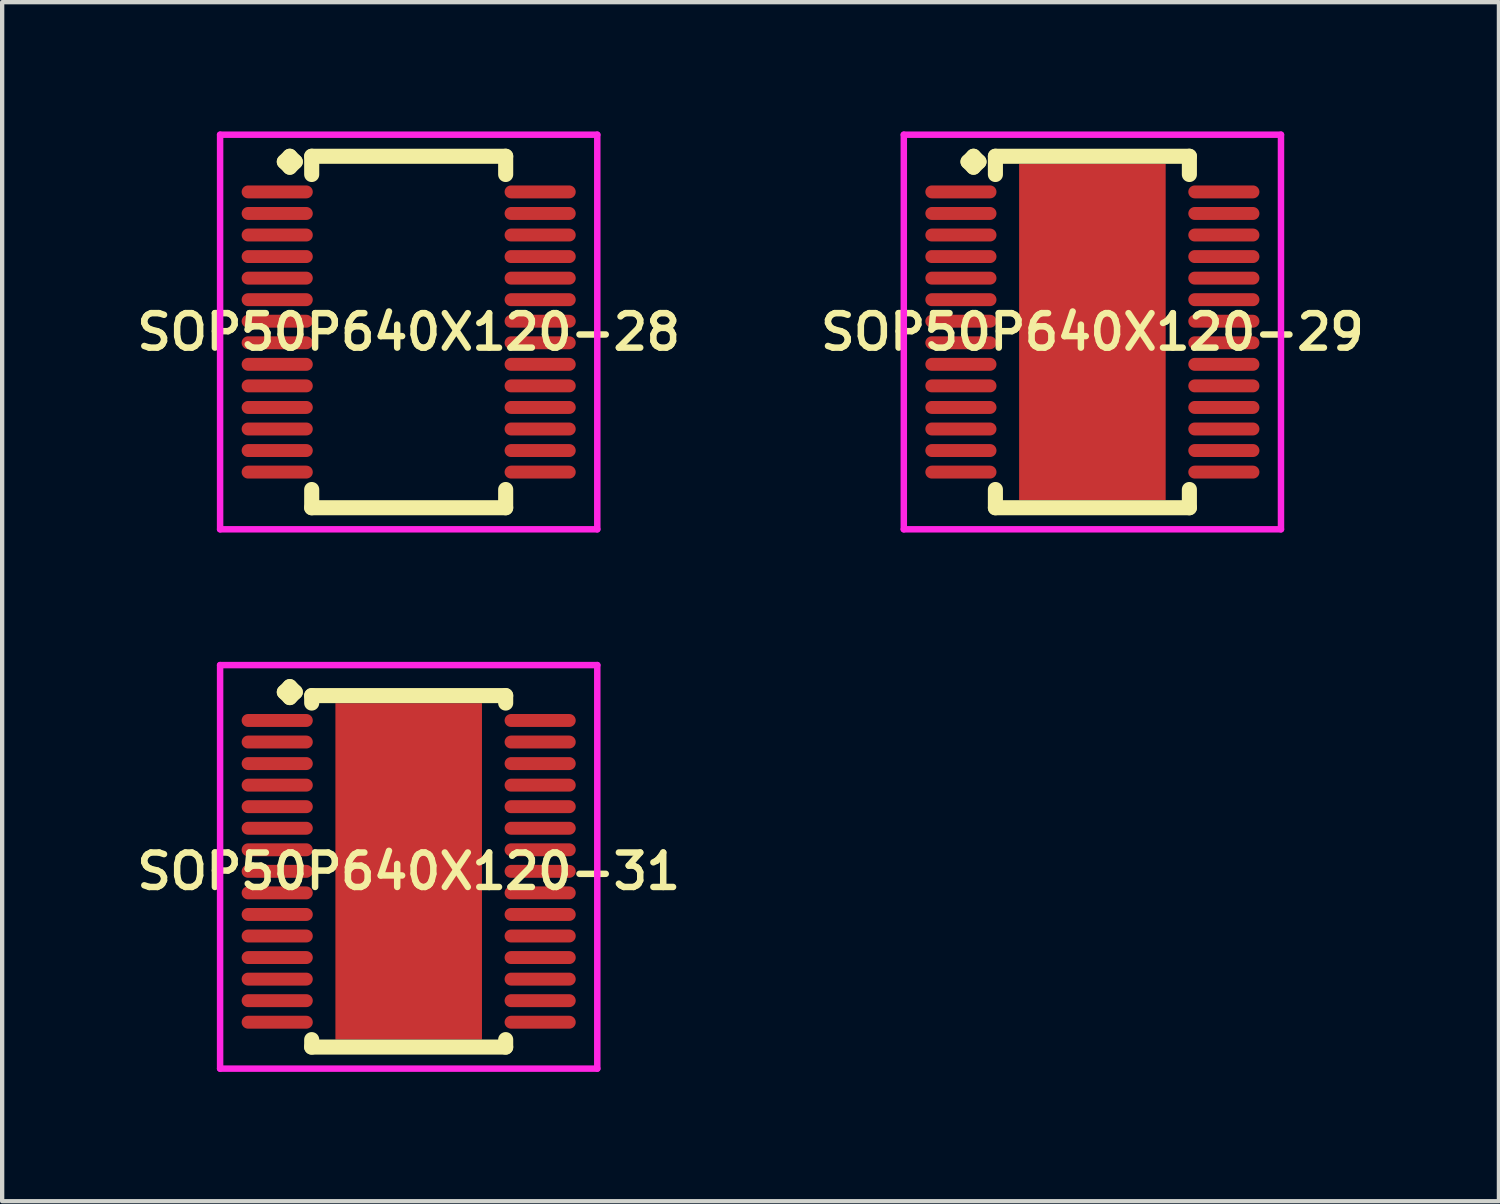
<source format=kicad_pcb>
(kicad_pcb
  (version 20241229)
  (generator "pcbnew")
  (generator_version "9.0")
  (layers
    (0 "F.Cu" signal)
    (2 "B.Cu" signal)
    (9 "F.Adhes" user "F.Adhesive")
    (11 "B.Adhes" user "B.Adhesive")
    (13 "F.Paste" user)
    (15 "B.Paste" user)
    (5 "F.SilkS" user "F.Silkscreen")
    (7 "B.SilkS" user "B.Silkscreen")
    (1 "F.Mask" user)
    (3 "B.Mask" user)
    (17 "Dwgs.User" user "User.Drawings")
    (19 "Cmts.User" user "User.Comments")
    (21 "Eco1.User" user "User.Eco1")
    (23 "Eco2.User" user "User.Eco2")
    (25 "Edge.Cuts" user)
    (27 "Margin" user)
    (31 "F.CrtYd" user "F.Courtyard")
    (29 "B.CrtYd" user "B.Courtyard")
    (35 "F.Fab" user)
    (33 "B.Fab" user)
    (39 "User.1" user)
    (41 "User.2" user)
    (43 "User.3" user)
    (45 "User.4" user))
  (footprint "SOP50P640X120-28"
    (layer "F.Cu")
    (at 6.431 4.652)
    (property "Reference" "SOP50P640X120-28" (at 0 0 0) (layer "F.SilkS") (effects (font (size 0.8 0.8) (thickness 0.15))))
    (attr smd)
    (fp_line (start -2.885 -3.95) (end -2.758 -4.077) (stroke (width 0.35) (type solid)) (layer "F.SilkS"))
    (fp_line (start -2.758 -4.077) (end -2.631 -3.95) (stroke (width 0.35) (type solid)) (layer "F.SilkS"))
    (fp_line (start -2.758 -3.823) (end -2.885 -3.95) (stroke (width 0.35) (type solid)) (layer "F.SilkS"))
    (fp_line (start -2.631 -3.95) (end -2.758 -3.823) (stroke (width 0.35) (type solid)) (layer "F.SilkS"))
    (fp_line (start -2.25 -4.077) (end 2.25 -4.077) (stroke (width 0.35) (type solid)) (layer "F.SilkS"))
    (fp_line (start -2.25 -3.654) (end -2.25 -4.077) (stroke (width 0.35) (type solid)) (layer "F.SilkS"))
    (fp_line (start -2.25 3.654) (end -2.25 4.077) (stroke (width 0.35) (type solid)) (layer "F.SilkS"))
    (fp_line (start -2.25 4.077) (end 2.25 4.077) (stroke (width 0.35) (type solid)) (layer "F.SilkS"))
    (fp_line (start 2.25 -4.077) (end 2.25 -3.654) (stroke (width 0.35) (type solid)) (layer "F.SilkS"))
    (fp_line (start 2.25 4.077) (end 2.25 3.654) (stroke (width 0.35) (type solid)) (layer "F.SilkS"))
    (fp_line (start -4.375 -4.577) (end 4.375 -4.577) (stroke (width 0.15) (type solid)) (layer "F.CrtYd"))
    (fp_line (start -4.375 4.577) (end -4.375 -4.577) (stroke (width 0.15) (type solid)) (layer "F.CrtYd"))
    (fp_line (start 4.375 -4.577) (end 4.375 4.577) (stroke (width 0.15) (type solid)) (layer "F.CrtYd"))
    (fp_line (start 4.375 4.577) (end -4.375 4.577) (stroke (width 0.15) (type solid)) (layer "F.CrtYd"))
    (pad "1" smd oval (at -3.05 -3.25) (size 1.65 0.3) (layers "F.Cu" "F.Mask" "F.Paste"))
    (pad "2" smd oval (at -3.05 -2.75) (size 1.65 0.3) (layers "F.Cu" "F.Mask" "F.Paste"))
    (pad "3" smd oval (at -3.05 -2.25) (size 1.65 0.3) (layers "F.Cu" "F.Mask" "F.Paste"))
    (pad "4" smd oval (at -3.05 -1.75) (size 1.65 0.3) (layers "F.Cu" "F.Mask" "F.Paste"))
    (pad "5" smd oval (at -3.05 -1.25) (size 1.65 0.3) (layers "F.Cu" "F.Mask" "F.Paste"))
    (pad "6" smd oval (at -3.05 -0.75) (size 1.65 0.3) (layers "F.Cu" "F.Mask" "F.Paste"))
    (pad "7" smd oval (at -3.05 -0.25) (size 1.65 0.3) (layers "F.Cu" "F.Mask" "F.Paste"))
    (pad "8" smd oval (at -3.05 0.25) (size 1.65 0.3) (layers "F.Cu" "F.Mask" "F.Paste"))
    (pad "9" smd oval (at -3.05 0.75) (size 1.65 0.3) (layers "F.Cu" "F.Mask" "F.Paste"))
    (pad "10" smd oval (at -3.05 1.25) (size 1.65 0.3) (layers "F.Cu" "F.Mask" "F.Paste"))
    (pad "11" smd oval (at -3.05 1.75) (size 1.65 0.3) (layers "F.Cu" "F.Mask" "F.Paste"))
    (pad "12" smd oval (at -3.05 2.25) (size 1.65 0.3) (layers "F.Cu" "F.Mask" "F.Paste"))
    (pad "13" smd oval (at -3.05 2.75) (size 1.65 0.3) (layers "F.Cu" "F.Mask" "F.Paste"))
    (pad "14" smd oval (at -3.05 3.25) (size 1.65 0.3) (layers "F.Cu" "F.Mask" "F.Paste"))
    (pad "15" smd oval (at 3.05 3.25) (size 1.65 0.3) (layers "F.Cu" "F.Mask" "F.Paste"))
    (pad "16" smd oval (at 3.05 2.75) (size 1.65 0.3) (layers "F.Cu" "F.Mask" "F.Paste"))
    (pad "17" smd oval (at 3.05 2.25) (size 1.65 0.3) (layers "F.Cu" "F.Mask" "F.Paste"))
    (pad "18" smd oval (at 3.05 1.75) (size 1.65 0.3) (layers "F.Cu" "F.Mask" "F.Paste"))
    (pad "19" smd oval (at 3.05 1.25) (size 1.65 0.3) (layers "F.Cu" "F.Mask" "F.Paste"))
    (pad "20" smd oval (at 3.05 0.75) (size 1.65 0.3) (layers "F.Cu" "F.Mask" "F.Paste"))
    (pad "21" smd oval (at 3.05 0.25) (size 1.65 0.3) (layers "F.Cu" "F.Mask" "F.Paste"))
    (pad "22" smd oval (at 3.05 -0.25) (size 1.65 0.3) (layers "F.Cu" "F.Mask" "F.Paste"))
    (pad "23" smd oval (at 3.05 -0.75) (size 1.65 0.3) (layers "F.Cu" "F.Mask" "F.Paste"))
    (pad "24" smd oval (at 3.05 -1.25) (size 1.65 0.3) (layers "F.Cu" "F.Mask" "F.Paste"))
    (pad "25" smd oval (at 3.05 -1.75) (size 1.65 0.3) (layers "F.Cu" "F.Mask" "F.Paste"))
    (pad "26" smd oval (at 3.05 -2.25) (size 1.65 0.3) (layers "F.Cu" "F.Mask" "F.Paste"))
    (pad "27" smd oval (at 3.05 -2.75) (size 1.65 0.3) (layers "F.Cu" "F.Mask" "F.Paste"))
    (pad "28" smd oval (at 3.05 -3.25) (size 1.65 0.3) (layers "F.Cu" "F.Mask" "F.Paste")))
  (footprint "SOP50P640X120-31"
    (layer "F.Cu")
    (at 6.431 17.164)
    (property "Reference" "SOP50P640X120-31" (at 0 0 0) (layer "F.SilkS") (effects (font (size 0.8 0.8) (thickness 0.15))))
    (attr smd)
    (fp_line (start -2.885 -4.158) (end -2.758 -4.285) (stroke (width 0.35) (type solid)) (layer "F.SilkS"))
    (fp_line (start -2.758 -4.285) (end -2.631 -4.158) (stroke (width 0.35) (type solid)) (layer "F.SilkS"))
    (fp_line (start -2.758 -4.031) (end -2.885 -4.158) (stroke (width 0.35) (type solid)) (layer "F.SilkS"))
    (fp_line (start -2.631 -4.158) (end -2.758 -4.031) (stroke (width 0.35) (type solid)) (layer "F.SilkS"))
    (fp_line (start -2.25 -4.077) (end 2.25 -4.077) (stroke (width 0.35) (type solid)) (layer "F.SilkS"))
    (fp_line (start -2.25 -3.904) (end -2.25 -4.077) (stroke (width 0.35) (type solid)) (layer "F.SilkS"))
    (fp_line (start -2.25 3.904) (end -2.25 4.077) (stroke (width 0.35) (type solid)) (layer "F.SilkS"))
    (fp_line (start -2.25 4.077) (end 2.25 4.077) (stroke (width 0.35) (type solid)) (layer "F.SilkS"))
    (fp_line (start 2.25 -4.077) (end 2.25 -3.904) (stroke (width 0.35) (type solid)) (layer "F.SilkS"))
    (fp_line (start 2.25 4.077) (end 2.25 3.904) (stroke (width 0.35) (type solid)) (layer "F.SilkS"))
    (fp_line (start -4.375 -4.785) (end 4.375 -4.785) (stroke (width 0.15) (type solid)) (layer "F.CrtYd"))
    (fp_line (start -4.375 4.577) (end -4.375 -4.785) (stroke (width 0.15) (type solid)) (layer "F.CrtYd"))
    (fp_line (start 4.375 -4.785) (end 4.375 4.577) (stroke (width 0.15) (type solid)) (layer "F.CrtYd"))
    (fp_line (start 4.375 4.577) (end -4.375 4.577) (stroke (width 0.15) (type solid)) (layer "F.CrtYd"))
    (pad "1" smd oval (at -3.05 -3.5) (size 1.65 0.3) (layers "F.Cu" "F.Mask" "F.Paste"))
    (pad "2" smd oval (at -3.05 -3) (size 1.65 0.3) (layers "F.Cu" "F.Mask" "F.Paste"))
    (pad "3" smd oval (at -3.05 -2.5) (size 1.65 0.3) (layers "F.Cu" "F.Mask" "F.Paste"))
    (pad "4" smd oval (at -3.05 -2) (size 1.65 0.3) (layers "F.Cu" "F.Mask" "F.Paste"))
    (pad "5" smd oval (at -3.05 -1.5) (size 1.65 0.3) (layers "F.Cu" "F.Mask" "F.Paste"))
    (pad "6" smd oval (at -3.05 -1) (size 1.65 0.3) (layers "F.Cu" "F.Mask" "F.Paste"))
    (pad "7" smd oval (at -3.05 -0.5) (size 1.65 0.3) (layers "F.Cu" "F.Mask" "F.Paste"))
    (pad "8" smd oval (at -3.05 0) (size 1.65 0.3) (layers "F.Cu" "F.Mask" "F.Paste"))
    (pad "9" smd oval (at -3.05 0.5) (size 1.65 0.3) (layers "F.Cu" "F.Mask" "F.Paste"))
    (pad "10" smd oval (at -3.05 1) (size 1.65 0.3) (layers "F.Cu" "F.Mask" "F.Paste"))
    (pad "11" smd oval (at -3.05 1.5) (size 1.65 0.3) (layers "F.Cu" "F.Mask" "F.Paste"))
    (pad "12" smd oval (at -3.05 2) (size 1.65 0.3) (layers "F.Cu" "F.Mask" "F.Paste"))
    (pad "13" smd oval (at -3.05 2.5) (size 1.65 0.3) (layers "F.Cu" "F.Mask" "F.Paste"))
    (pad "14" smd oval (at -3.05 3) (size 1.65 0.3) (layers "F.Cu" "F.Mask" "F.Paste"))
    (pad "15" smd oval (at -3.05 3.5) (size 1.65 0.3) (layers "F.Cu" "F.Mask" "F.Paste"))
    (pad "16" smd oval (at 3.05 3.5) (size 1.65 0.3) (layers "F.Cu" "F.Mask" "F.Paste"))
    (pad "17" smd oval (at 3.05 3) (size 1.65 0.3) (layers "F.Cu" "F.Mask" "F.Paste"))
    (pad "18" smd oval (at 3.05 2.5) (size 1.65 0.3) (layers "F.Cu" "F.Mask" "F.Paste"))
    (pad "19" smd oval (at 3.05 2) (size 1.65 0.3) (layers "F.Cu" "F.Mask" "F.Paste"))
    (pad "20" smd oval (at 3.05 1.5) (size 1.65 0.3) (layers "F.Cu" "F.Mask" "F.Paste"))
    (pad "21" smd oval (at 3.05 1) (size 1.65 0.3) (layers "F.Cu" "F.Mask" "F.Paste"))
    (pad "22" smd oval (at 3.05 0.5) (size 1.65 0.3) (layers "F.Cu" "F.Mask" "F.Paste"))
    (pad "23" smd oval (at 3.05 0) (size 1.65 0.3) (layers "F.Cu" "F.Mask" "F.Paste"))
    (pad "24" smd oval (at 3.05 -0.5) (size 1.65 0.3) (layers "F.Cu" "F.Mask" "F.Paste"))
    (pad "25" smd oval (at 3.05 -1) (size 1.65 0.3) (layers "F.Cu" "F.Mask" "F.Paste"))
    (pad "26" smd oval (at 3.05 -1.5) (size 1.65 0.3) (layers "F.Cu" "F.Mask" "F.Paste"))
    (pad "27" smd oval (at 3.05 -2) (size 1.65 0.3) (layers "F.Cu" "F.Mask" "F.Paste"))
    (pad "28" smd oval (at 3.05 -2.5) (size 1.65 0.3) (layers "F.Cu" "F.Mask" "F.Paste"))
    (pad "29" smd oval (at 3.05 -3) (size 1.65 0.3) (layers "F.Cu" "F.Mask" "F.Paste"))
    (pad "30" smd oval (at 3.05 -3.5) (size 1.65 0.3) (layers "F.Cu" "F.Mask" "F.Paste"))
    (pad "31" smd rect (at 0 0) (size 3.4 7.8) (layers "F.Cu" "F.Mask" "F.Paste")))
  (footprint "SOP50P640X120-29"
    (layer "F.Cu")
    (at 22.292 4.652)
    (property "Reference" "SOP50P640X120-29" (at 0 0 0) (layer "F.SilkS") (effects (font (size 0.8 0.8) (thickness 0.15))))
    (attr smd)
    (fp_line (start -2.885 -3.95) (end -2.758 -4.077) (stroke (width 0.35) (type solid)) (layer "F.SilkS"))
    (fp_line (start -2.758 -4.077) (end -2.631 -3.95) (stroke (width 0.35) (type solid)) (layer "F.SilkS"))
    (fp_line (start -2.758 -3.823) (end -2.885 -3.95) (stroke (width 0.35) (type solid)) (layer "F.SilkS"))
    (fp_line (start -2.631 -3.95) (end -2.758 -3.823) (stroke (width 0.35) (type solid)) (layer "F.SilkS"))
    (fp_line (start -2.25 -4.077) (end 2.25 -4.077) (stroke (width 0.35) (type solid)) (layer "F.SilkS"))
    (fp_line (start -2.25 -3.654) (end -2.25 -4.077) (stroke (width 0.35) (type solid)) (layer "F.SilkS"))
    (fp_line (start -2.25 3.654) (end -2.25 4.077) (stroke (width 0.35) (type solid)) (layer "F.SilkS"))
    (fp_line (start -2.25 4.077) (end 2.25 4.077) (stroke (width 0.35) (type solid)) (layer "F.SilkS"))
    (fp_line (start 2.25 -4.077) (end 2.25 -3.654) (stroke (width 0.35) (type solid)) (layer "F.SilkS"))
    (fp_line (start 2.25 4.077) (end 2.25 3.654) (stroke (width 0.35) (type solid)) (layer "F.SilkS"))
    (fp_line (start -4.375 -4.577) (end 4.375 -4.577) (stroke (width 0.15) (type solid)) (layer "F.CrtYd"))
    (fp_line (start -4.375 4.577) (end -4.375 -4.577) (stroke (width 0.15) (type solid)) (layer "F.CrtYd"))
    (fp_line (start 4.375 -4.577) (end 4.375 4.577) (stroke (width 0.15) (type solid)) (layer "F.CrtYd"))
    (fp_line (start 4.375 4.577) (end -4.375 4.577) (stroke (width 0.15) (type solid)) (layer "F.CrtYd"))
    (pad "1" smd oval (at -3.05 -3.25) (size 1.65 0.3) (layers "F.Cu" "F.Mask" "F.Paste"))
    (pad "2" smd oval (at -3.05 -2.75) (size 1.65 0.3) (layers "F.Cu" "F.Mask" "F.Paste"))
    (pad "3" smd oval (at -3.05 -2.25) (size 1.65 0.3) (layers "F.Cu" "F.Mask" "F.Paste"))
    (pad "4" smd oval (at -3.05 -1.75) (size 1.65 0.3) (layers "F.Cu" "F.Mask" "F.Paste"))
    (pad "5" smd oval (at -3.05 -1.25) (size 1.65 0.3) (layers "F.Cu" "F.Mask" "F.Paste"))
    (pad "6" smd oval (at -3.05 -0.75) (size 1.65 0.3) (layers "F.Cu" "F.Mask" "F.Paste"))
    (pad "7" smd oval (at -3.05 -0.25) (size 1.65 0.3) (layers "F.Cu" "F.Mask" "F.Paste"))
    (pad "8" smd oval (at -3.05 0.25) (size 1.65 0.3) (layers "F.Cu" "F.Mask" "F.Paste"))
    (pad "9" smd oval (at -3.05 0.75) (size 1.65 0.3) (layers "F.Cu" "F.Mask" "F.Paste"))
    (pad "10" smd oval (at -3.05 1.25) (size 1.65 0.3) (layers "F.Cu" "F.Mask" "F.Paste"))
    (pad "11" smd oval (at -3.05 1.75) (size 1.65 0.3) (layers "F.Cu" "F.Mask" "F.Paste"))
    (pad "12" smd oval (at -3.05 2.25) (size 1.65 0.3) (layers "F.Cu" "F.Mask" "F.Paste"))
    (pad "13" smd oval (at -3.05 2.75) (size 1.65 0.3) (layers "F.Cu" "F.Mask" "F.Paste"))
    (pad "14" smd oval (at -3.05 3.25) (size 1.65 0.3) (layers "F.Cu" "F.Mask" "F.Paste"))
    (pad "15" smd oval (at 3.05 3.25) (size 1.65 0.3) (layers "F.Cu" "F.Mask" "F.Paste"))
    (pad "16" smd oval (at 3.05 2.75) (size 1.65 0.3) (layers "F.Cu" "F.Mask" "F.Paste"))
    (pad "17" smd oval (at 3.05 2.25) (size 1.65 0.3) (layers "F.Cu" "F.Mask" "F.Paste"))
    (pad "18" smd oval (at 3.05 1.75) (size 1.65 0.3) (layers "F.Cu" "F.Mask" "F.Paste"))
    (pad "19" smd oval (at 3.05 1.25) (size 1.65 0.3) (layers "F.Cu" "F.Mask" "F.Paste"))
    (pad "20" smd oval (at 3.05 0.75) (size 1.65 0.3) (layers "F.Cu" "F.Mask" "F.Paste"))
    (pad "21" smd oval (at 3.05 0.25) (size 1.65 0.3) (layers "F.Cu" "F.Mask" "F.Paste"))
    (pad "22" smd oval (at 3.05 -0.25) (size 1.65 0.3) (layers "F.Cu" "F.Mask" "F.Paste"))
    (pad "23" smd oval (at 3.05 -0.75) (size 1.65 0.3) (layers "F.Cu" "F.Mask" "F.Paste"))
    (pad "24" smd oval (at 3.05 -1.25) (size 1.65 0.3) (layers "F.Cu" "F.Mask" "F.Paste"))
    (pad "25" smd oval (at 3.05 -1.75) (size 1.65 0.3) (layers "F.Cu" "F.Mask" "F.Paste"))
    (pad "26" smd oval (at 3.05 -2.25) (size 1.65 0.3) (layers "F.Cu" "F.Mask" "F.Paste"))
    (pad "27" smd oval (at 3.05 -2.75) (size 1.65 0.3) (layers "F.Cu" "F.Mask" "F.Paste"))
    (pad "28" smd oval (at 3.05 -3.25) (size 1.65 0.3) (layers "F.Cu" "F.Mask" "F.Paste"))
    (pad "29" smd rect (at 0 0) (size 3.4 7.8) (layers "F.Cu" "F.Mask" "F.Paste")))
  (gr_rect
    (start -3 -3)
    (end 31.723 24.816)
    (stroke (width 0.1) (type default))
    (fill no)
    (layer "Edge.Cuts")))
</source>
